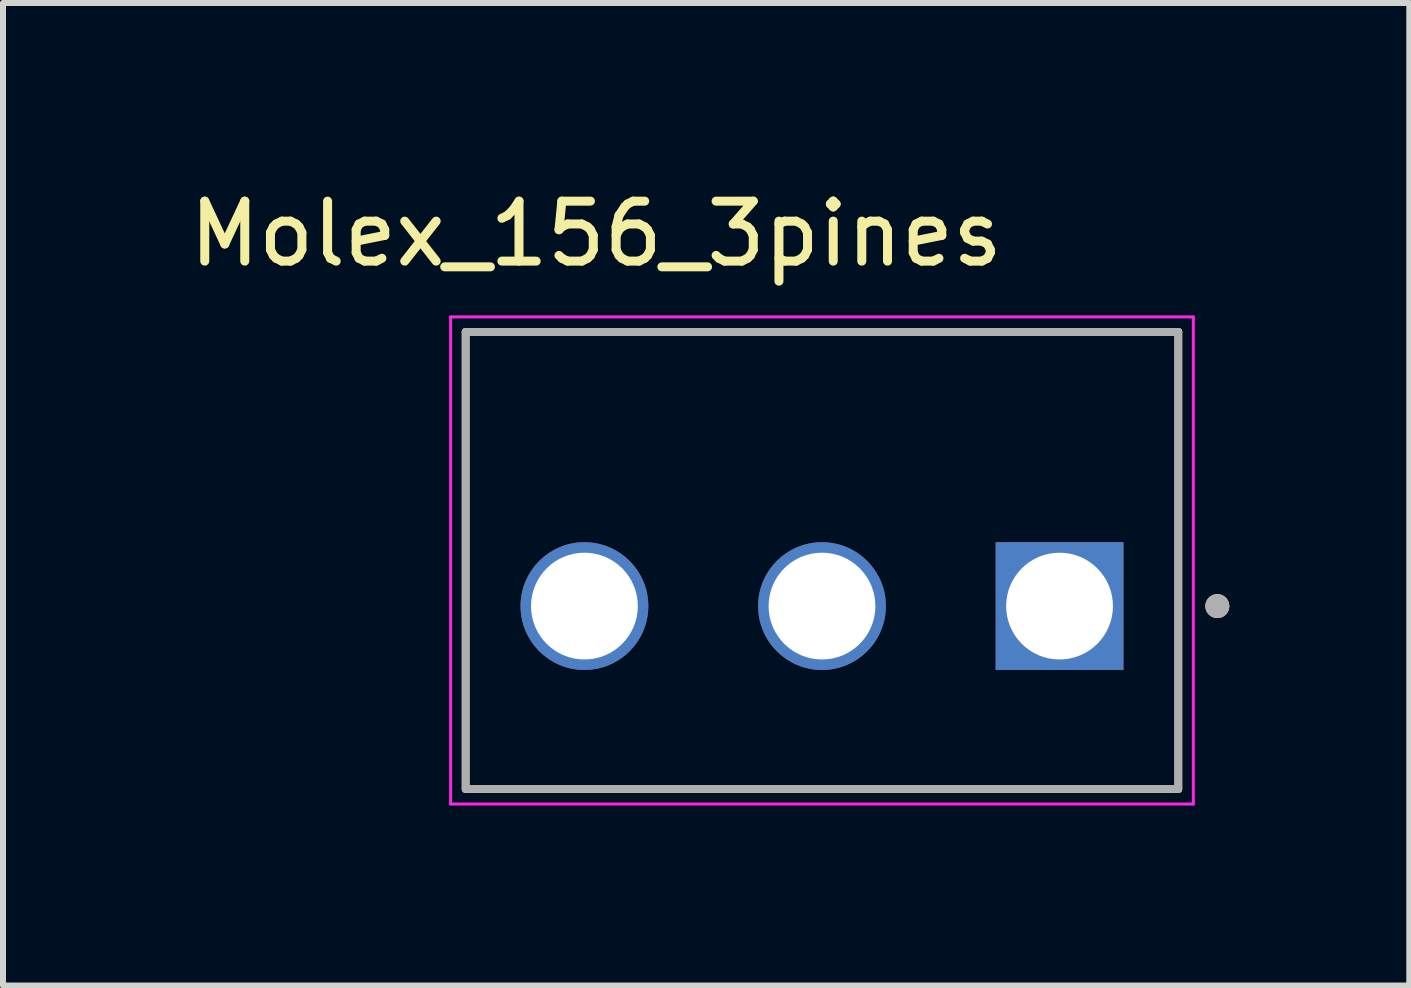
<source format=kicad_pcb>
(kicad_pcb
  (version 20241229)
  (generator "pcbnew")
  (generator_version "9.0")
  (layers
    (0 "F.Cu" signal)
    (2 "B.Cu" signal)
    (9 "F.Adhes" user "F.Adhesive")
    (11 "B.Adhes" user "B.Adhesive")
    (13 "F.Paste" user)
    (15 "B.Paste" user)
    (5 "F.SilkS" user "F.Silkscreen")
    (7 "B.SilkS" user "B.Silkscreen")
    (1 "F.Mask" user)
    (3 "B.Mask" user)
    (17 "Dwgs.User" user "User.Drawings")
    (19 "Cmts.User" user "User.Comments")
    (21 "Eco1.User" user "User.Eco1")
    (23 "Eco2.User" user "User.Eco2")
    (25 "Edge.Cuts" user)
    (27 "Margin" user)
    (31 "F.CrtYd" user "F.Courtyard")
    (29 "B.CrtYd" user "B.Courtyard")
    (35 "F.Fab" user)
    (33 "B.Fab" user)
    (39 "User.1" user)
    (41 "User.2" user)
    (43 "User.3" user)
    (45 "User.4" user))
  (footprint "Molex_156_3pines"
    (layer "F.Cu")
    (at 14.612 7.053)
    (property "Reference" "Molex_156_3pines" (at -7.725 -6.205 0) (layer "F.SilkS") (effects (font (size 1 1) (thickness 0.15))))
    (attr through_hole)
    (fp_line (start -9.9 3.05) (end -9.9 -4.57) (stroke (width 0.127) (type solid)) (layer "F.SilkS"))
    (fp_line (start 1.98 -4.57) (end -9.9 -4.57) (stroke (width 0.127) (type solid)) (layer "F.SilkS"))
    (fp_line (start 1.98 -4.57) (end 1.98 3.05) (stroke (width 0.127) (type solid)) (layer "F.SilkS"))
    (fp_line (start 1.98 3.05) (end -9.9 3.05) (stroke (width 0.127) (type solid)) (layer "F.SilkS"))
    (fp_circle (center 2.63 0) (end 2.73 0) (stroke (width 0.2) (type solid)) (fill no) (layer "F.SilkS"))
    (fp_line (start -10.15 -4.82) (end 2.23 -4.82) (stroke (width 0.05) (type solid)) (layer "F.CrtYd"))
    (fp_line (start -10.15 3.3) (end -10.15 -4.82) (stroke (width 0.05) (type solid)) (layer "F.CrtYd"))
    (fp_line (start 2.23 -4.82) (end 2.23 3.3) (stroke (width 0.05) (type solid)) (layer "F.CrtYd"))
    (fp_line (start 2.23 3.3) (end -10.15 3.3) (stroke (width 0.05) (type solid)) (layer "F.CrtYd"))
    (fp_line (start -9.9 -4.57) (end 1.98 -4.57) (stroke (width 0.127) (type solid)) (layer "F.Fab"))
    (fp_line (start -9.9 -4.57) (end 1.98 -4.57) (stroke (width 0.127) (type solid)) (layer "F.Fab"))
    (fp_line (start -9.9 3.05) (end -9.9 -4.57) (stroke (width 0.127) (type solid)) (layer "F.Fab"))
    (fp_line (start -9.9 3.05) (end -9.9 -4.57) (stroke (width 0.127) (type solid)) (layer "F.Fab"))
    (fp_line (start 1.98 -4.57) (end 1.98 3.05) (stroke (width 0.127) (type solid)) (layer "F.Fab"))
    (fp_line (start 1.98 -4.57) (end 1.98 3.05) (stroke (width 0.127) (type solid)) (layer "F.Fab"))
    (fp_line (start 1.98 3.05) (end -9.9 3.05) (stroke (width 0.127) (type solid)) (layer "F.Fab"))
    (fp_circle (center 2.63 0) (end 2.73 0) (stroke (width 0.2) (type solid)) (fill no) (layer "F.Fab"))
    (pad "1" thru_hole rect (at 0 0) (size 2.13 2.13) (drill 1.78) (layers "*.Cu" "*.Mask"))
    (pad "2" thru_hole circle (at -3.96 0) (size 2.13 2.13) (drill 1.78) (layers "*.Cu" "*.Mask"))
    (pad "3" thru_hole circle (at -7.92 0) (size 2.13 2.13) (drill 1.78) (layers "*.Cu" "*.Mask")))
  (gr_rect
    (start -3 -3)
    (end 20.442 13.378)
    (stroke (width 0.1) (type default))
    (fill no)
    (layer "Edge.Cuts")))
</source>
